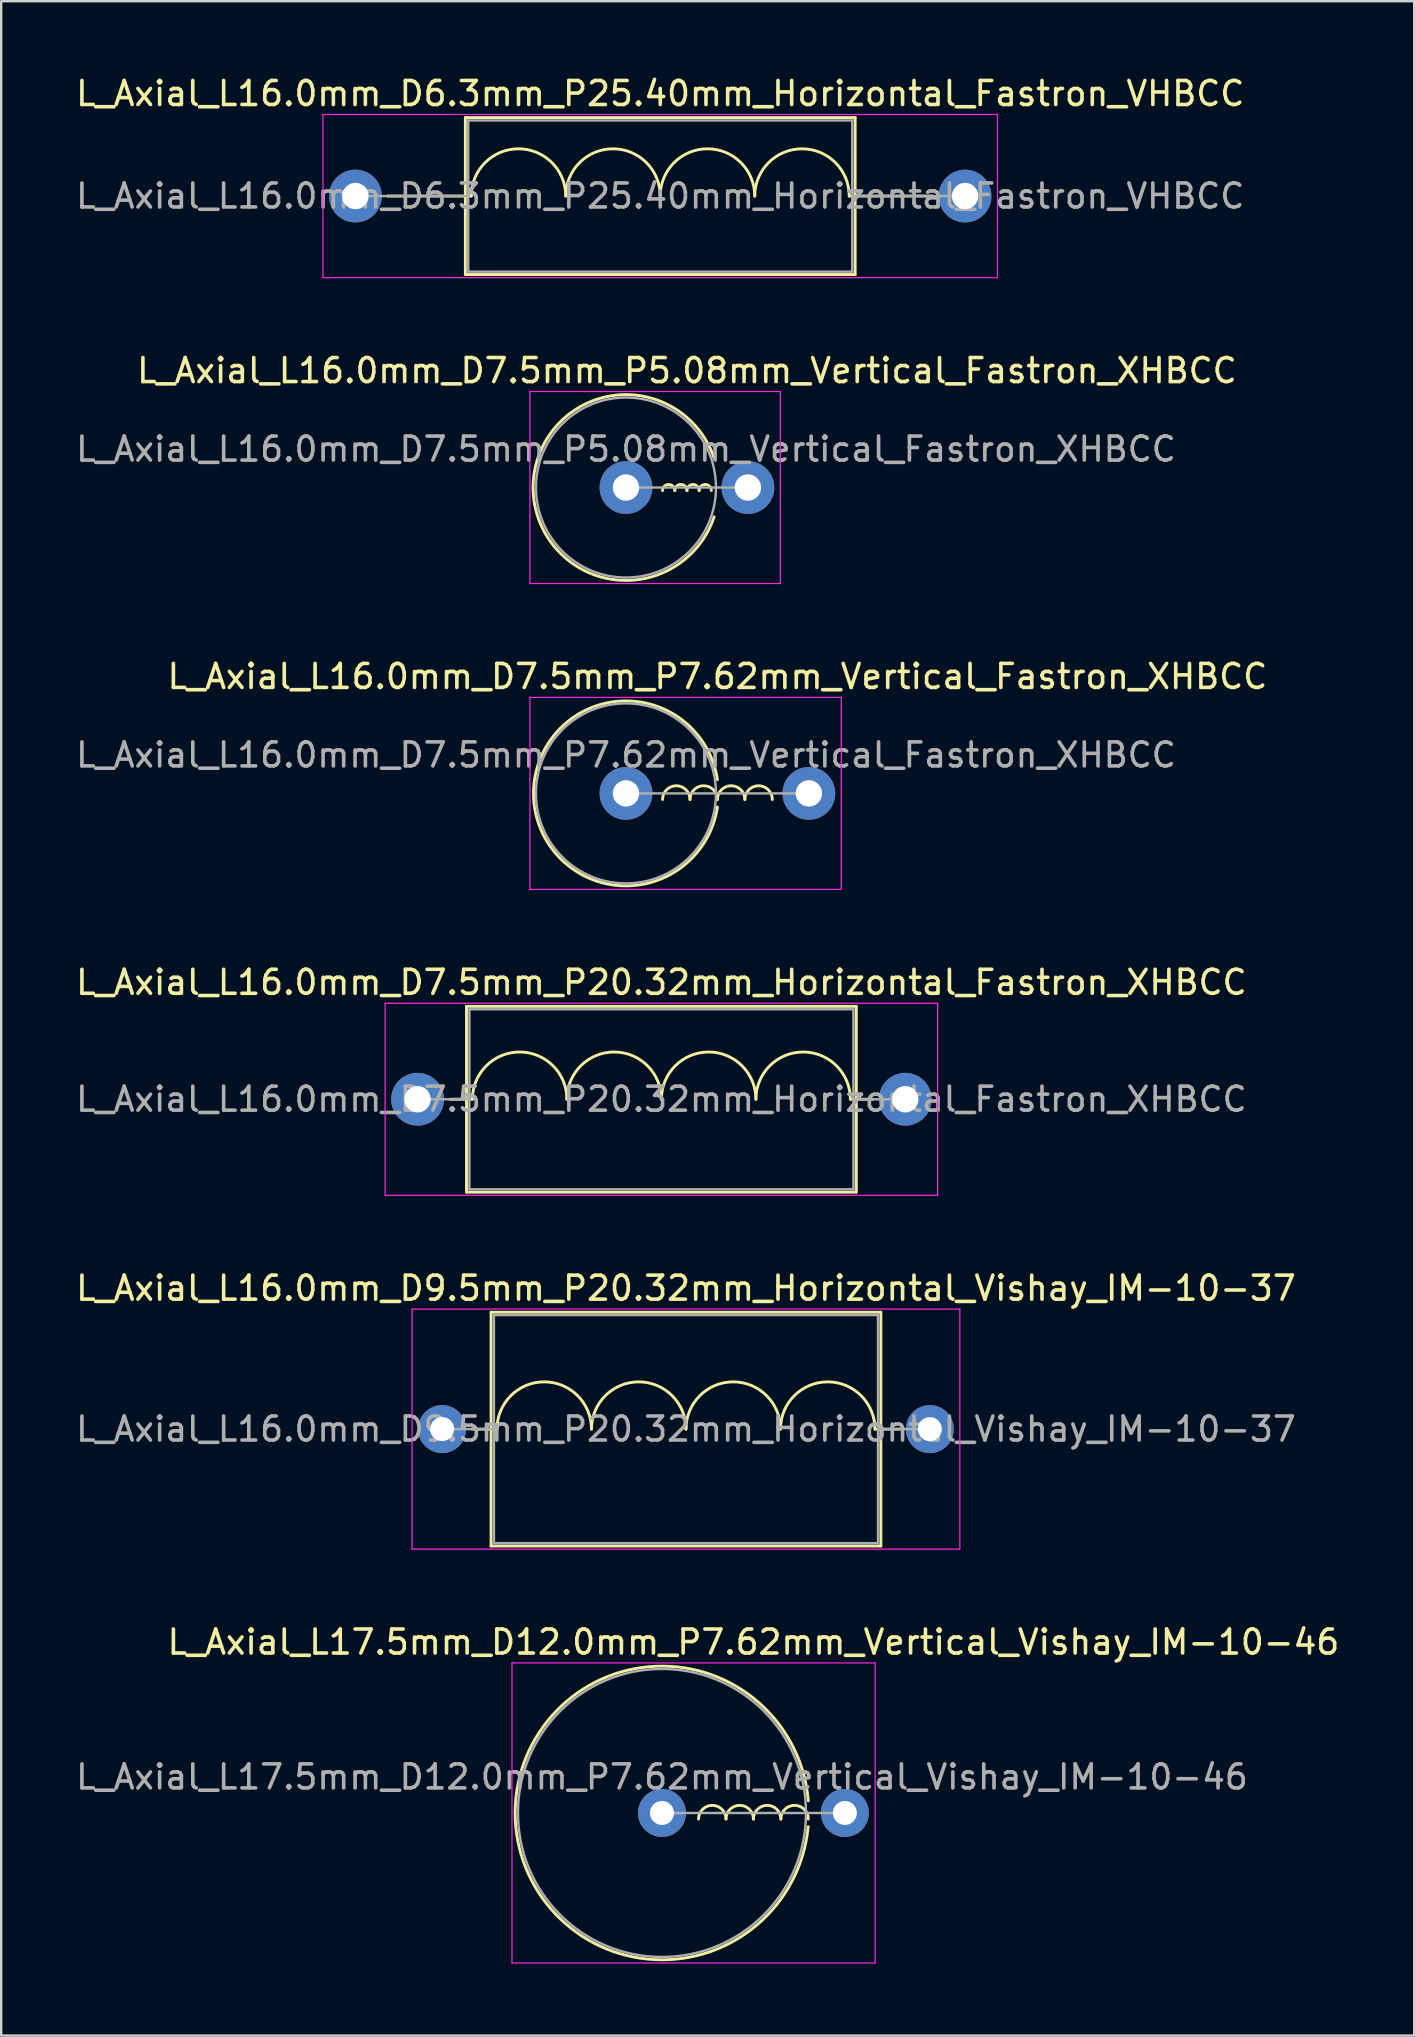
<source format=kicad_pcb>
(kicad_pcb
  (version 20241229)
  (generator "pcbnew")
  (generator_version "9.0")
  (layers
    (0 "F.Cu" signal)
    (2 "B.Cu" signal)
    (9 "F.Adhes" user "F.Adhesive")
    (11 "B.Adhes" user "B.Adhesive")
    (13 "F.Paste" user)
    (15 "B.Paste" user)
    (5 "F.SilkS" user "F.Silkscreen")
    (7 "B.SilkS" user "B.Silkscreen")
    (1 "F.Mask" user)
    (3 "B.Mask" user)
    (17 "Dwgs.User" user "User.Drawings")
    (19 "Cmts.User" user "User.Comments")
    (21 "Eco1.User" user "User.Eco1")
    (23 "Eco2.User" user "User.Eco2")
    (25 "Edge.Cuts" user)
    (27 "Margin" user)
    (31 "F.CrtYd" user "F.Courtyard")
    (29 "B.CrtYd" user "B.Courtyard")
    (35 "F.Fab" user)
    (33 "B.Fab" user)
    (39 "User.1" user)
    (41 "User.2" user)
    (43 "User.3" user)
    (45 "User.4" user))
  (footprint "L_Axial_L16.0mm_D9.5mm_P20.32mm_Horizontal_Vishay_IM-10-37"
    (layer "F.Cu")
    (at 15.37 56.491)
    (property "Reference" "L_Axial_L16.0mm_D9.5mm_P20.32mm_Horizontal_Vishay_IM-10-37" (at 10.16 -5.87 0) (layer "F.SilkS") (effects (font (size 1 1) (thickness 0.15))))
    (attr through_hole)
    (fp_line (start 1.24 0) (end 2.04 0) (stroke (width 0.12) (type solid)) (layer "F.SilkS"))
    (fp_line (start 2.04 -4.87) (end 2.04 4.87) (stroke (width 0.12) (type solid)) (layer "F.SilkS"))
    (fp_line (start 2.04 4.87) (end 18.28 4.87) (stroke (width 0.12) (type solid)) (layer "F.SilkS"))
    (fp_line (start 2.286 0) (end 2.04 0) (stroke (width 0.12) (type solid)) (layer "F.SilkS"))
    (fp_line (start 18.034 0) (end 18.288 0) (stroke (width 0.12) (type solid)) (layer "F.SilkS"))
    (fp_line (start 18.28 -4.87) (end 2.04 -4.87) (stroke (width 0.12) (type solid)) (layer "F.SilkS"))
    (fp_line (start 18.28 4.87) (end 18.28 -4.87) (stroke (width 0.12) (type solid)) (layer "F.SilkS"))
    (fp_line (start 19.08 0) (end 18.28 0) (stroke (width 0.12) (type solid)) (layer "F.SilkS"))
    (fp_arc (start 2.286 0) (mid 4.2545 -1.9685) (end 6.223 0) (stroke (width 0.12) (type solid)) (layer "F.SilkS"))
    (fp_arc (start 6.223 0) (mid 8.1915 -1.9685) (end 10.16 0) (stroke (width 0.12) (type solid)) (layer "F.SilkS"))
    (fp_arc (start 10.16 0) (mid 12.1285 -1.9685) (end 14.097 0) (stroke (width 0.12) (type solid)) (layer "F.SilkS"))
    (fp_arc (start 14.097 0) (mid 16.0655 -1.9685) (end 18.034 0) (stroke (width 0.12) (type solid)) (layer "F.SilkS"))
    (fp_line (start -1.25 -5) (end -1.25 5) (stroke (width 0.05) (type solid)) (layer "F.CrtYd"))
    (fp_line (start -1.25 5) (end 21.57 5) (stroke (width 0.05) (type solid)) (layer "F.CrtYd"))
    (fp_line (start 21.57 -5) (end -1.25 -5) (stroke (width 0.05) (type solid)) (layer "F.CrtYd"))
    (fp_line (start 21.57 5) (end 21.57 -5) (stroke (width 0.05) (type solid)) (layer "F.CrtYd"))
    (fp_line (start 0 0) (end 2.16 0) (stroke (width 0.1) (type solid)) (layer "F.Fab"))
    (fp_line (start 2.16 -4.75) (end 2.16 4.75) (stroke (width 0.1) (type solid)) (layer "F.Fab"))
    (fp_line (start 2.16 4.75) (end 18.16 4.75) (stroke (width 0.1) (type solid)) (layer "F.Fab"))
    (fp_line (start 18.16 -4.75) (end 2.16 -4.75) (stroke (width 0.1) (type solid)) (layer "F.Fab"))
    (fp_line (start 18.16 4.75) (end 18.16 -4.75) (stroke (width 0.1) (type solid)) (layer "F.Fab"))
    (fp_line (start 20.32 0) (end 18.16 0) (stroke (width 0.1) (type solid)) (layer "F.Fab"))
    (fp_text user "${REFERENCE}" (at 10.16 0 0) (layer "F.Fab") (effects (font (size 1 1) (thickness 0.15))))
    (pad "1" thru_hole circle (at 0 0) (size 2 2) (drill 1) (layers "*.Cu" "*.Mask"))
    (pad "2" thru_hole oval (at 20.32 0) (size 2 2) (drill 1) (layers "*.Cu" "*.Mask")))
  (footprint "L_Axial_L16.0mm_D7.5mm_P7.62mm_Vertical_Fastron_XHBCC"
    (layer "F.Cu")
    (at 23.03 30.005)
    (property "Reference" "L_Axial_L16.0mm_D7.5mm_P7.62mm_Vertical_Fastron_XHBCC" (at 3.81 -4.87 0) (layer "F.SilkS") (effects (font (size 1 1) (thickness 0.15))))
    (attr through_hole)
    (fp_arc (start 1.524 0.254) (mid 2.0955 -0.3175) (end 2.667 0.254) (stroke (width 0.12) (type solid)) (layer "F.SilkS"))
    (fp_arc (start 2.667 0.254) (mid 3.2385 -0.3175) (end 3.81 0.254) (stroke (width 0.12) (type solid)) (layer "F.SilkS"))
    (fp_arc (start 3.81 0.254) (mid 4.3815 -0.3175) (end 4.953 0.254) (stroke (width 0.12) (type solid)) (layer "F.SilkS"))
    (fp_arc (start 3.810593 0.567535) (mid -3.852624 0.002005) (end 3.81 -0.5715) (stroke (width 0.12) (type solid)) (layer "F.SilkS"))
    (fp_arc (start 4.953 0.254) (mid 5.5245 -0.3175) (end 6.096 0.254) (stroke (width 0.12) (type solid)) (layer "F.SilkS"))
    (fp_line (start -4 -4) (end -4 4) (stroke (width 0.05) (type solid)) (layer "F.CrtYd"))
    (fp_line (start -4 4) (end 8.97 4) (stroke (width 0.05) (type solid)) (layer "F.CrtYd"))
    (fp_line (start 8.97 -4) (end -4 -4) (stroke (width 0.05) (type solid)) (layer "F.CrtYd"))
    (fp_line (start 8.97 4) (end 8.97 -4) (stroke (width 0.05) (type solid)) (layer "F.CrtYd"))
    (fp_line (start 0 0) (end 7.62 0) (stroke (width 0.1) (type solid)) (layer "F.Fab"))
    (fp_circle (center 0 0) (end 3.75 0) (stroke (width 0.1) (type solid)) (fill no) (layer "F.Fab"))
    (fp_text user "${REFERENCE}" (at 0 -1.6 0) (layer "F.Fab") (effects (font (size 1 1) (thickness 0.15))))
    (pad "1" thru_hole circle (at 0 0) (size 2.2 2.2) (drill 1.1) (layers "*.Cu" "*.Mask"))
    (pad "2" thru_hole oval (at 7.62 0) (size 2.2 2.2) (drill 1.1) (layers "*.Cu" "*.Mask")))
  (footprint "L_Axial_L17.5mm_D12.0mm_P7.62mm_Vertical_Vishay_IM-10-46"
    (layer "F.Cu")
    (at 24.53 72.484)
    (property "Reference" "L_Axial_L17.5mm_D12.0mm_P7.62mm_Vertical_Vishay_IM-10-46" (at 3.81 -7.12 0) (layer "F.SilkS") (effects (font (size 1 1) (thickness 0.15))))
    (attr through_hole)
    (fp_arc (start 1.524 0.254) (mid 2.0955 -0.3175) (end 2.667 0.254) (stroke (width 0.12) (type solid)) (layer "F.SilkS"))
    (fp_arc (start 2.667 0.254) (mid 3.2385 -0.3175) (end 3.81 0.254) (stroke (width 0.12) (type solid)) (layer "F.SilkS"))
    (fp_arc (start 3.81 0.254) (mid 4.3815 -0.3175) (end 4.953 0.254) (stroke (width 0.12) (type solid)) (layer "F.SilkS"))
    (fp_arc (start 4.953 0.254) (mid 5.5245 -0.3175) (end 6.096 0.254) (stroke (width 0.12) (type solid)) (layer "F.SilkS"))
    (fp_arc (start 6.090424 0.570977) (mid -6.117048 -0.031612) (end 6.096 -0.508) (stroke (width 0.12) (type solid)) (layer "F.SilkS"))
    (fp_line (start -6.25 -6.25) (end -6.25 6.25) (stroke (width 0.05) (type solid)) (layer "F.CrtYd"))
    (fp_line (start -6.25 6.25) (end 8.88 6.25) (stroke (width 0.05) (type solid)) (layer "F.CrtYd"))
    (fp_line (start 8.88 -6.25) (end -6.25 -6.25) (stroke (width 0.05) (type solid)) (layer "F.CrtYd"))
    (fp_line (start 8.88 6.25) (end 8.88 -6.25) (stroke (width 0.05) (type solid)) (layer "F.CrtYd"))
    (fp_line (start 0 0) (end 7.62 0) (stroke (width 0.1) (type solid)) (layer "F.Fab"))
    (fp_circle (center 0 0) (end 6 0) (stroke (width 0.1) (type solid)) (fill no) (layer "F.Fab"))
    (fp_text user "${REFERENCE}" (at 0 -1.5 0) (layer "F.Fab") (effects (font (size 1 1) (thickness 0.15))))
    (pad "1" thru_hole circle (at 0 0) (size 2 2) (drill 1) (layers "*.Cu" "*.Mask"))
    (pad "2" thru_hole oval (at 7.62 0) (size 2 2) (drill 1) (layers "*.Cu" "*.Mask")))
  (footprint "L_Axial_L16.0mm_D7.5mm_P5.08mm_Vertical_Fastron_XHBCC"
    (layer "F.Cu")
    (at 23.03 17.262)
    (property "Reference" "L_Axial_L16.0mm_D7.5mm_P5.08mm_Vertical_Fastron_XHBCC" (at 2.54 -4.87 0) (layer "F.SilkS") (effects (font (size 1 1) (thickness 0.15))))
    (attr through_hole)
    (fp_arc (start 1.524 0.127) (mid 1.778 -0.127) (end 2.032 0.127) (stroke (width 0.12) (type solid)) (layer "F.SilkS"))
    (fp_arc (start 2.032 0.127) (mid 2.286 -0.127) (end 2.54 0.127) (stroke (width 0.12) (type solid)) (layer "F.SilkS"))
    (fp_arc (start 2.54 0.127) (mid 2.794 -0.127) (end 3.048 0.127) (stroke (width 0.12) (type solid)) (layer "F.SilkS"))
    (fp_arc (start 3.048 0.127) (mid 3.302 -0.127) (end 3.556 0.127) (stroke (width 0.12) (type solid)) (layer "F.SilkS"))
    (fp_arc (start 3.672669 1.22) (mid -3.87 0) (end 3.672669 -1.22) (stroke (width 0.12) (type solid)) (layer "F.SilkS"))
    (fp_line (start -4 -4) (end -4 4) (stroke (width 0.05) (type solid)) (layer "F.CrtYd"))
    (fp_line (start -4 4) (end 6.43 4) (stroke (width 0.05) (type solid)) (layer "F.CrtYd"))
    (fp_line (start 6.43 -4) (end -4 -4) (stroke (width 0.05) (type solid)) (layer "F.CrtYd"))
    (fp_line (start 6.43 4) (end 6.43 -4) (stroke (width 0.05) (type solid)) (layer "F.CrtYd"))
    (fp_line (start 0 0) (end 5.08 0) (stroke (width 0.1) (type solid)) (layer "F.Fab"))
    (fp_circle (center 0 0) (end 3.75 0) (stroke (width 0.1) (type solid)) (fill no) (layer "F.Fab"))
    (fp_text user "${REFERENCE}" (at 0 -1.6 0) (layer "F.Fab") (effects (font (size 1 1) (thickness 0.15))))
    (pad "1" thru_hole circle (at 0 0) (size 2.2 2.2) (drill 1.1) (layers "*.Cu" "*.Mask"))
    (pad "2" thru_hole oval (at 5.08 0) (size 2.2 2.2) (drill 1.1) (layers "*.Cu" "*.Mask")))
  (footprint "L_Axial_L16.0mm_D7.5mm_P20.32mm_Horizontal_Fastron_XHBCC"
    (layer "F.Cu")
    (at 14.346 42.748)
    (property "Reference" "L_Axial_L16.0mm_D7.5mm_P20.32mm_Horizontal_Fastron_XHBCC" (at 10.16 -4.87 0) (layer "F.SilkS") (effects (font (size 1 1) (thickness 0.15))))
    (attr through_hole)
    (fp_line (start 1.34 0) (end 2.04 0) (stroke (width 0.12) (type solid)) (layer "F.SilkS"))
    (fp_line (start 2.04 -3.87) (end 2.04 3.87) (stroke (width 0.12) (type solid)) (layer "F.SilkS"))
    (fp_line (start 2.04 3.87) (end 18.28 3.87) (stroke (width 0.12) (type solid)) (layer "F.SilkS"))
    (fp_line (start 2.286 0) (end 2.04 0) (stroke (width 0.12) (type solid)) (layer "F.SilkS"))
    (fp_line (start 18.034 0) (end 18.288 0) (stroke (width 0.12) (type solid)) (layer "F.SilkS"))
    (fp_line (start 18.28 -3.87) (end 2.04 -3.87) (stroke (width 0.12) (type solid)) (layer "F.SilkS"))
    (fp_line (start 18.28 3.87) (end 18.28 -3.87) (stroke (width 0.12) (type solid)) (layer "F.SilkS"))
    (fp_line (start 18.98 0) (end 18.28 0) (stroke (width 0.12) (type solid)) (layer "F.SilkS"))
    (fp_arc (start 2.286 0) (mid 4.2545 -1.9685) (end 6.223 0) (stroke (width 0.12) (type solid)) (layer "F.SilkS"))
    (fp_arc (start 6.223 0) (mid 8.1915 -1.9685) (end 10.16 0) (stroke (width 0.12) (type solid)) (layer "F.SilkS"))
    (fp_arc (start 10.16 0) (mid 12.1285 -1.9685) (end 14.097 0) (stroke (width 0.12) (type solid)) (layer "F.SilkS"))
    (fp_arc (start 14.097 0) (mid 16.0655 -1.9685) (end 18.034 0) (stroke (width 0.12) (type solid)) (layer "F.SilkS"))
    (fp_line (start -1.35 -4) (end -1.35 4) (stroke (width 0.05) (type solid)) (layer "F.CrtYd"))
    (fp_line (start -1.35 4) (end 21.67 4) (stroke (width 0.05) (type solid)) (layer "F.CrtYd"))
    (fp_line (start 21.67 -4) (end -1.35 -4) (stroke (width 0.05) (type solid)) (layer "F.CrtYd"))
    (fp_line (start 21.67 4) (end 21.67 -4) (stroke (width 0.05) (type solid)) (layer "F.CrtYd"))
    (fp_line (start 0 0) (end 2.16 0) (stroke (width 0.1) (type solid)) (layer "F.Fab"))
    (fp_line (start 2.16 -3.75) (end 2.16 3.75) (stroke (width 0.1) (type solid)) (layer "F.Fab"))
    (fp_line (start 2.16 3.75) (end 18.16 3.75) (stroke (width 0.1) (type solid)) (layer "F.Fab"))
    (fp_line (start 18.16 -3.75) (end 2.16 -3.75) (stroke (width 0.1) (type solid)) (layer "F.Fab"))
    (fp_line (start 18.16 3.75) (end 18.16 -3.75) (stroke (width 0.1) (type solid)) (layer "F.Fab"))
    (fp_line (start 20.32 0) (end 18.16 0) (stroke (width 0.1) (type solid)) (layer "F.Fab"))
    (fp_text user "${REFERENCE}" (at 10.16 0 0) (layer "F.Fab") (effects (font (size 1 1) (thickness 0.15))))
    (pad "1" thru_hole circle (at 0 0) (size 2.2 2.2) (drill 1.1) (layers "*.Cu" "*.Mask"))
    (pad "2" thru_hole oval (at 20.32 0) (size 2.2 2.2) (drill 1.1) (layers "*.Cu" "*.Mask")))
  (footprint "L_Axial_L16.0mm_D6.3mm_P25.40mm_Horizontal_Fastron_VHBCC"
    (layer "F.Cu")
    (at 11.758 5.118)
    (property "Reference" "L_Axial_L16.0mm_D6.3mm_P25.40mm_Horizontal_Fastron_VHBCC" (at 12.7 -4.27 0) (layer "F.SilkS") (effects (font (size 1 1) (thickness 0.15))))
    (attr through_hole)
    (fp_line (start 1.34 0) (end 4.58 0) (stroke (width 0.12) (type solid)) (layer "F.SilkS"))
    (fp_line (start 4.58 -3.27) (end 4.58 3.27) (stroke (width 0.12) (type solid)) (layer "F.SilkS"))
    (fp_line (start 4.58 3.27) (end 20.82 3.27) (stroke (width 0.12) (type solid)) (layer "F.SilkS"))
    (fp_line (start 4.826 0) (end 4.58 0) (stroke (width 0.12) (type solid)) (layer "F.SilkS"))
    (fp_line (start 20.574 0) (end 20.828 0) (stroke (width 0.12) (type solid)) (layer "F.SilkS"))
    (fp_line (start 20.82 -3.27) (end 4.58 -3.27) (stroke (width 0.12) (type solid)) (layer "F.SilkS"))
    (fp_line (start 20.82 3.27) (end 20.82 -3.27) (stroke (width 0.12) (type solid)) (layer "F.SilkS"))
    (fp_line (start 24.06 0) (end 20.82 0) (stroke (width 0.12) (type solid)) (layer "F.SilkS"))
    (fp_arc (start 4.826 0) (mid 6.7945 -1.9685) (end 8.763 0) (stroke (width 0.12) (type solid)) (layer "F.SilkS"))
    (fp_arc (start 8.763 0) (mid 10.7315 -1.9685) (end 12.7 0) (stroke (width 0.12) (type solid)) (layer "F.SilkS"))
    (fp_arc (start 12.7 0) (mid 14.6685 -1.9685) (end 16.637 0) (stroke (width 0.12) (type solid)) (layer "F.SilkS"))
    (fp_arc (start 16.637 0) (mid 18.6055 -1.9685) (end 20.574 0) (stroke (width 0.12) (type solid)) (layer "F.SilkS"))
    (fp_line (start -1.35 -3.4) (end -1.35 3.4) (stroke (width 0.05) (type solid)) (layer "F.CrtYd"))
    (fp_line (start -1.35 3.4) (end 26.75 3.4) (stroke (width 0.05) (type solid)) (layer "F.CrtYd"))
    (fp_line (start 26.75 -3.4) (end -1.35 -3.4) (stroke (width 0.05) (type solid)) (layer "F.CrtYd"))
    (fp_line (start 26.75 3.4) (end 26.75 -3.4) (stroke (width 0.05) (type solid)) (layer "F.CrtYd"))
    (fp_line (start 0 0) (end 4.7 0) (stroke (width 0.1) (type solid)) (layer "F.Fab"))
    (fp_line (start 4.7 -3.15) (end 4.7 3.15) (stroke (width 0.1) (type solid)) (layer "F.Fab"))
    (fp_line (start 4.7 3.15) (end 20.7 3.15) (stroke (width 0.1) (type solid)) (layer "F.Fab"))
    (fp_line (start 20.7 -3.15) (end 4.7 -3.15) (stroke (width 0.1) (type solid)) (layer "F.Fab"))
    (fp_line (start 20.7 3.15) (end 20.7 -3.15) (stroke (width 0.1) (type solid)) (layer "F.Fab"))
    (fp_line (start 25.4 0) (end 20.7 0) (stroke (width 0.1) (type solid)) (layer "F.Fab"))
    (fp_text user "${REFERENCE}" (at 12.7 0 0) (layer "F.Fab") (effects (font (size 1 1) (thickness 0.15))))
    (pad "1" thru_hole circle (at 0 0) (size 2.2 2.2) (drill 1.1) (layers "*.Cu" "*.Mask"))
    (pad "2" thru_hole oval (at 25.4 0) (size 2.2 2.2) (drill 1.1) (layers "*.Cu" "*.Mask")))
  (gr_rect
    (start -3 -3)
    (end 55.87 81.76)
    (stroke (width 0.1) (type default))
    (fill no)
    (layer "Edge.Cuts")))
</source>
